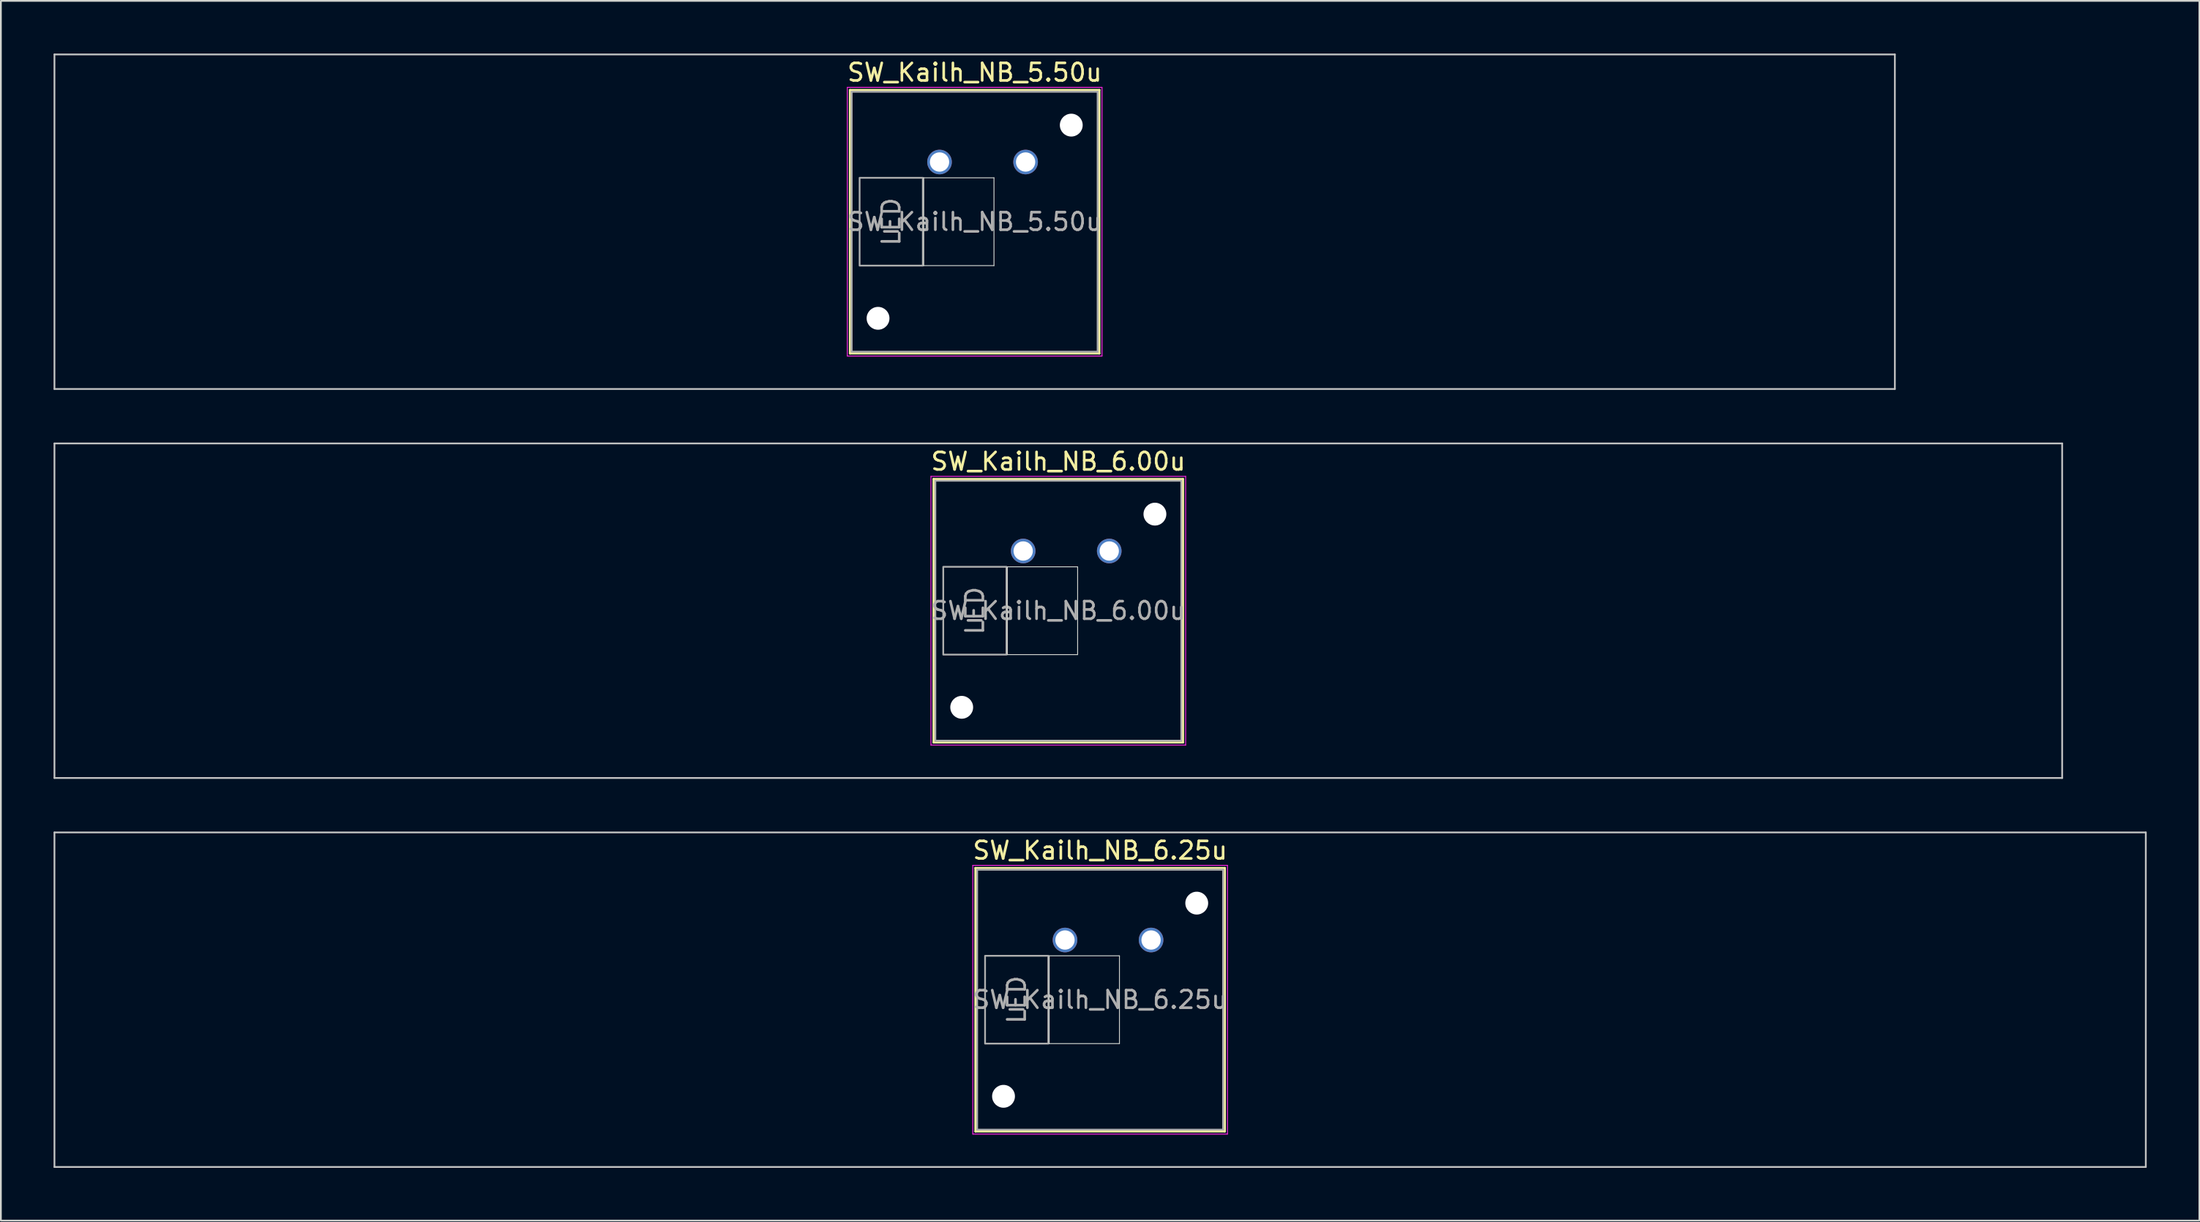
<source format=kicad_pcb>
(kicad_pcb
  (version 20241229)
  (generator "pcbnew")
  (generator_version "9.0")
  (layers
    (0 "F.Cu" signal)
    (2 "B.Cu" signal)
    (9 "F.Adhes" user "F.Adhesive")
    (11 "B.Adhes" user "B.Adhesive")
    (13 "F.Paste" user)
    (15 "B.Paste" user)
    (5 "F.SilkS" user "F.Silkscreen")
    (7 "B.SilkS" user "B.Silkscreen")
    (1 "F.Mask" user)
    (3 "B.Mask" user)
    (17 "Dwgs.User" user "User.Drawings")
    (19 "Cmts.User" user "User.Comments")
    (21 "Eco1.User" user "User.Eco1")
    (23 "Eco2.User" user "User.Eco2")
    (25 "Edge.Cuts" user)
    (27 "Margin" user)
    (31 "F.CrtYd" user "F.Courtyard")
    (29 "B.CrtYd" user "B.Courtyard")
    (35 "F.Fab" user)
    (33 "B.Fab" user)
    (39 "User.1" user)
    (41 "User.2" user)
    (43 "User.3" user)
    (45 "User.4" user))
  (footprint "SW_Kailh_NB_6.25u"
    (layer "F.Cu")
    (at 59.581 53.875)
    (property "Reference" "SW_Kailh_NB_6.25u" (at 0 -8.5 0) (layer "F.SilkS") (effects (font (size 1 1) (thickness 0.15))))
    (attr through_hole)
    (fp_line (start -7.1 -7.5) (end -7.1 7.5) (stroke (width 0.12) (type solid)) (layer "F.SilkS"))
    (fp_line (start -7.1 7.5) (end 7.1 7.5) (stroke (width 0.12) (type solid)) (layer "F.SilkS"))
    (fp_line (start 7.1 -7.5) (end -7.1 -7.5) (stroke (width 0.12) (type solid)) (layer "F.SilkS"))
    (fp_line (start 7.1 7.5) (end 7.1 -7.5) (stroke (width 0.12) (type solid)) (layer "F.SilkS"))
    (fp_line (start -59.531 -9.525) (end -59.531 9.525) (stroke (width 0.1) (type solid)) (layer "Dwgs.User"))
    (fp_line (start -59.531 9.525) (end 59.531 9.525) (stroke (width 0.1) (type solid)) (layer "Dwgs.User"))
    (fp_line (start 59.531 -9.525) (end -59.531 -9.525) (stroke (width 0.1) (type solid)) (layer "Dwgs.User"))
    (fp_line (start 59.531 9.525) (end 59.531 -9.525) (stroke (width 0.1) (type solid)) (layer "Dwgs.User"))
    (fp_line (start -8 -8) (end -8 8) (stroke (width 0.1) (type solid)) (layer "Eco1.User"))
    (fp_line (start -8 8) (end 8 8) (stroke (width 0.1) (type solid)) (layer "Eco1.User"))
    (fp_line (start 8 -8) (end -8 -8) (stroke (width 0.1) (type solid)) (layer "Eco1.User"))
    (fp_line (start 8 8) (end 8 -8) (stroke (width 0.1) (type solid)) (layer "Eco1.User"))
    (fp_line (start -2.9 -2.5) (end 1.1 -2.5) (stroke (width 0.05) (type solid)) (layer "Edge.Cuts"))
    (fp_line (start -2.9 2.5) (end -2.9 -2.5) (stroke (width 0.05) (type solid)) (layer "Edge.Cuts"))
    (fp_line (start 1.1 -2.5) (end 1.1 2.5) (stroke (width 0.05) (type solid)) (layer "Edge.Cuts"))
    (fp_line (start 1.1 2.5) (end -2.9 2.5) (stroke (width 0.05) (type solid)) (layer "Edge.Cuts"))
    (fp_line (start -7.25 -7.65) (end -7.25 7.65) (stroke (width 0.05) (type solid)) (layer "F.CrtYd"))
    (fp_line (start -7.25 7.65) (end 7.25 7.65) (stroke (width 0.05) (type solid)) (layer "F.CrtYd"))
    (fp_line (start 7.25 -7.65) (end -7.25 -7.65) (stroke (width 0.05) (type solid)) (layer "F.CrtYd"))
    (fp_line (start 7.25 7.65) (end 7.25 -7.65) (stroke (width 0.05) (type solid)) (layer "F.CrtYd"))
    (fp_line (start -7 -7.4) (end -7 7.4) (stroke (width 0.1) (type solid)) (layer "F.Fab"))
    (fp_line (start -7 7.4) (end 7 7.4) (stroke (width 0.1) (type solid)) (layer "F.Fab"))
    (fp_line (start 7 -7.4) (end -7 -7.4) (stroke (width 0.1) (type solid)) (layer "F.Fab"))
    (fp_line (start 7 7.4) (end 7 -7.4) (stroke (width 0.1) (type solid)) (layer "F.Fab"))
    (fp_rect (start -2.95 -2.5) (end -6.55 2.5) (stroke (width 0.1) (type default)) (fill no) (layer "F.Fab"))
    (fp_text user "LED" (at -4.75 0 90) (unlocked yes) (layer "F.Fab") (effects (font (size 1 1) (thickness 0.15))))
    (fp_text user "${REFERENCE}" (at 0 0 0) (layer "F.Fab") (effects (font (size 1 1) (thickness 0.15))))
    (pad "" np_thru_hole circle (at -5.5 5.5) (size 1.3 1.3) (drill 1.3) (layers "*.Cu" "*.Mask"))
    (pad "" np_thru_hole circle (at 5.5 -5.5) (size 1.3 1.3) (drill 1.3) (layers "*.Cu" "*.Mask"))
    (pad "1" thru_hole circle (at -2 -3.4) (size 1.4 1.4) (drill 1.1) (layers "*.Cu" "*.Mask"))
    (pad "2" thru_hole circle (at 2.9 -3.4) (size 1.4 1.4) (drill 1.1) (layers "*.Cu" "*.Mask")))
  (footprint "SW_Kailh_NB_5.50u"
    (layer "F.Cu")
    (at 52.438 9.575)
    (property "Reference" "SW_Kailh_NB_5.50u" (at 0 -8.5 0) (layer "F.SilkS") (effects (font (size 1 1) (thickness 0.15))))
    (attr through_hole)
    (fp_line (start -7.1 -7.5) (end -7.1 7.5) (stroke (width 0.12) (type solid)) (layer "F.SilkS"))
    (fp_line (start -7.1 7.5) (end 7.1 7.5) (stroke (width 0.12) (type solid)) (layer "F.SilkS"))
    (fp_line (start 7.1 -7.5) (end -7.1 -7.5) (stroke (width 0.12) (type solid)) (layer "F.SilkS"))
    (fp_line (start 7.1 7.5) (end 7.1 -7.5) (stroke (width 0.12) (type solid)) (layer "F.SilkS"))
    (fp_line (start -52.388 -9.525) (end -52.388 9.525) (stroke (width 0.1) (type solid)) (layer "Dwgs.User"))
    (fp_line (start -52.388 9.525) (end 52.388 9.525) (stroke (width 0.1) (type solid)) (layer "Dwgs.User"))
    (fp_line (start 52.388 -9.525) (end -52.388 -9.525) (stroke (width 0.1) (type solid)) (layer "Dwgs.User"))
    (fp_line (start 52.388 9.525) (end 52.388 -9.525) (stroke (width 0.1) (type solid)) (layer "Dwgs.User"))
    (fp_line (start -8 -8) (end -8 8) (stroke (width 0.1) (type solid)) (layer "Eco1.User"))
    (fp_line (start -8 8) (end 8 8) (stroke (width 0.1) (type solid)) (layer "Eco1.User"))
    (fp_line (start 8 -8) (end -8 -8) (stroke (width 0.1) (type solid)) (layer "Eco1.User"))
    (fp_line (start 8 8) (end 8 -8) (stroke (width 0.1) (type solid)) (layer "Eco1.User"))
    (fp_line (start -2.9 -2.5) (end 1.1 -2.5) (stroke (width 0.05) (type solid)) (layer "Edge.Cuts"))
    (fp_line (start -2.9 2.5) (end -2.9 -2.5) (stroke (width 0.05) (type solid)) (layer "Edge.Cuts"))
    (fp_line (start 1.1 -2.5) (end 1.1 2.5) (stroke (width 0.05) (type solid)) (layer "Edge.Cuts"))
    (fp_line (start 1.1 2.5) (end -2.9 2.5) (stroke (width 0.05) (type solid)) (layer "Edge.Cuts"))
    (fp_line (start -7.25 -7.65) (end -7.25 7.65) (stroke (width 0.05) (type solid)) (layer "F.CrtYd"))
    (fp_line (start -7.25 7.65) (end 7.25 7.65) (stroke (width 0.05) (type solid)) (layer "F.CrtYd"))
    (fp_line (start 7.25 -7.65) (end -7.25 -7.65) (stroke (width 0.05) (type solid)) (layer "F.CrtYd"))
    (fp_line (start 7.25 7.65) (end 7.25 -7.65) (stroke (width 0.05) (type solid)) (layer "F.CrtYd"))
    (fp_line (start -7 -7.4) (end -7 7.4) (stroke (width 0.1) (type solid)) (layer "F.Fab"))
    (fp_line (start -7 7.4) (end 7 7.4) (stroke (width 0.1) (type solid)) (layer "F.Fab"))
    (fp_line (start 7 -7.4) (end -7 -7.4) (stroke (width 0.1) (type solid)) (layer "F.Fab"))
    (fp_line (start 7 7.4) (end 7 -7.4) (stroke (width 0.1) (type solid)) (layer "F.Fab"))
    (fp_rect (start -2.95 -2.5) (end -6.55 2.5) (stroke (width 0.1) (type default)) (fill no) (layer "F.Fab"))
    (fp_text user "${REFERENCE}" (at 0 0 0) (layer "F.Fab") (effects (font (size 1 1) (thickness 0.15))))
    (fp_text user "LED" (at -4.75 0 90) (unlocked yes) (layer "F.Fab") (effects (font (size 1 1) (thickness 0.15))))
    (pad "" np_thru_hole circle (at -5.5 5.5) (size 1.3 1.3) (drill 1.3) (layers "*.Cu" "*.Mask"))
    (pad "" np_thru_hole circle (at 5.5 -5.5) (size 1.3 1.3) (drill 1.3) (layers "*.Cu" "*.Mask"))
    (pad "1" thru_hole circle (at -2 -3.4) (size 1.4 1.4) (drill 1.1) (layers "*.Cu" "*.Mask"))
    (pad "2" thru_hole circle (at 2.9 -3.4) (size 1.4 1.4) (drill 1.1) (layers "*.Cu" "*.Mask")))
  (footprint "SW_Kailh_NB_6.00u"
    (layer "F.Cu")
    (at 57.2 31.725)
    (property "Reference" "SW_Kailh_NB_6.00u" (at 0 -8.5 0) (layer "F.SilkS") (effects (font (size 1 1) (thickness 0.15))))
    (attr through_hole)
    (fp_line (start -7.1 -7.5) (end -7.1 7.5) (stroke (width 0.12) (type solid)) (layer "F.SilkS"))
    (fp_line (start -7.1 7.5) (end 7.1 7.5) (stroke (width 0.12) (type solid)) (layer "F.SilkS"))
    (fp_line (start 7.1 -7.5) (end -7.1 -7.5) (stroke (width 0.12) (type solid)) (layer "F.SilkS"))
    (fp_line (start 7.1 7.5) (end 7.1 -7.5) (stroke (width 0.12) (type solid)) (layer "F.SilkS"))
    (fp_line (start -57.15 -9.525) (end -57.15 9.525) (stroke (width 0.1) (type solid)) (layer "Dwgs.User"))
    (fp_line (start -57.15 9.525) (end 57.15 9.525) (stroke (width 0.1) (type solid)) (layer "Dwgs.User"))
    (fp_line (start 57.15 -9.525) (end -57.15 -9.525) (stroke (width 0.1) (type solid)) (layer "Dwgs.User"))
    (fp_line (start 57.15 9.525) (end 57.15 -9.525) (stroke (width 0.1) (type solid)) (layer "Dwgs.User"))
    (fp_line (start -8 -8) (end -8 8) (stroke (width 0.1) (type solid)) (layer "Eco1.User"))
    (fp_line (start -8 8) (end 8 8) (stroke (width 0.1) (type solid)) (layer "Eco1.User"))
    (fp_line (start 8 -8) (end -8 -8) (stroke (width 0.1) (type solid)) (layer "Eco1.User"))
    (fp_line (start 8 8) (end 8 -8) (stroke (width 0.1) (type solid)) (layer "Eco1.User"))
    (fp_line (start -2.9 -2.5) (end 1.1 -2.5) (stroke (width 0.05) (type solid)) (layer "Edge.Cuts"))
    (fp_line (start -2.9 2.5) (end -2.9 -2.5) (stroke (width 0.05) (type solid)) (layer "Edge.Cuts"))
    (fp_line (start 1.1 -2.5) (end 1.1 2.5) (stroke (width 0.05) (type solid)) (layer "Edge.Cuts"))
    (fp_line (start 1.1 2.5) (end -2.9 2.5) (stroke (width 0.05) (type solid)) (layer "Edge.Cuts"))
    (fp_line (start -7.25 -7.65) (end -7.25 7.65) (stroke (width 0.05) (type solid)) (layer "F.CrtYd"))
    (fp_line (start -7.25 7.65) (end 7.25 7.65) (stroke (width 0.05) (type solid)) (layer "F.CrtYd"))
    (fp_line (start 7.25 -7.65) (end -7.25 -7.65) (stroke (width 0.05) (type solid)) (layer "F.CrtYd"))
    (fp_line (start 7.25 7.65) (end 7.25 -7.65) (stroke (width 0.05) (type solid)) (layer "F.CrtYd"))
    (fp_line (start -7 -7.4) (end -7 7.4) (stroke (width 0.1) (type solid)) (layer "F.Fab"))
    (fp_line (start -7 7.4) (end 7 7.4) (stroke (width 0.1) (type solid)) (layer "F.Fab"))
    (fp_line (start 7 -7.4) (end -7 -7.4) (stroke (width 0.1) (type solid)) (layer "F.Fab"))
    (fp_line (start 7 7.4) (end 7 -7.4) (stroke (width 0.1) (type solid)) (layer "F.Fab"))
    (fp_rect (start -2.95 -2.5) (end -6.55 2.5) (stroke (width 0.1) (type default)) (fill no) (layer "F.Fab"))
    (fp_text user "LED" (at -4.75 0 90) (unlocked yes) (layer "F.Fab") (effects (font (size 1 1) (thickness 0.15))))
    (fp_text user "${REFERENCE}" (at 0 0 0) (layer "F.Fab") (effects (font (size 1 1) (thickness 0.15))))
    (pad "" np_thru_hole circle (at -5.5 5.5) (size 1.3 1.3) (drill 1.3) (layers "*.Cu" "*.Mask"))
    (pad "" np_thru_hole circle (at 5.5 -5.5) (size 1.3 1.3) (drill 1.3) (layers "*.Cu" "*.Mask"))
    (pad "1" thru_hole circle (at -2 -3.4) (size 1.4 1.4) (drill 1.1) (layers "*.Cu" "*.Mask"))
    (pad "2" thru_hole circle (at 2.9 -3.4) (size 1.4 1.4) (drill 1.1) (layers "*.Cu" "*.Mask")))
  (gr_rect
    (start -3 -3)
    (end 122.162 66.45)
    (stroke (width 0.1) (type default))
    (fill no)
    (layer "Edge.Cuts")))
</source>
